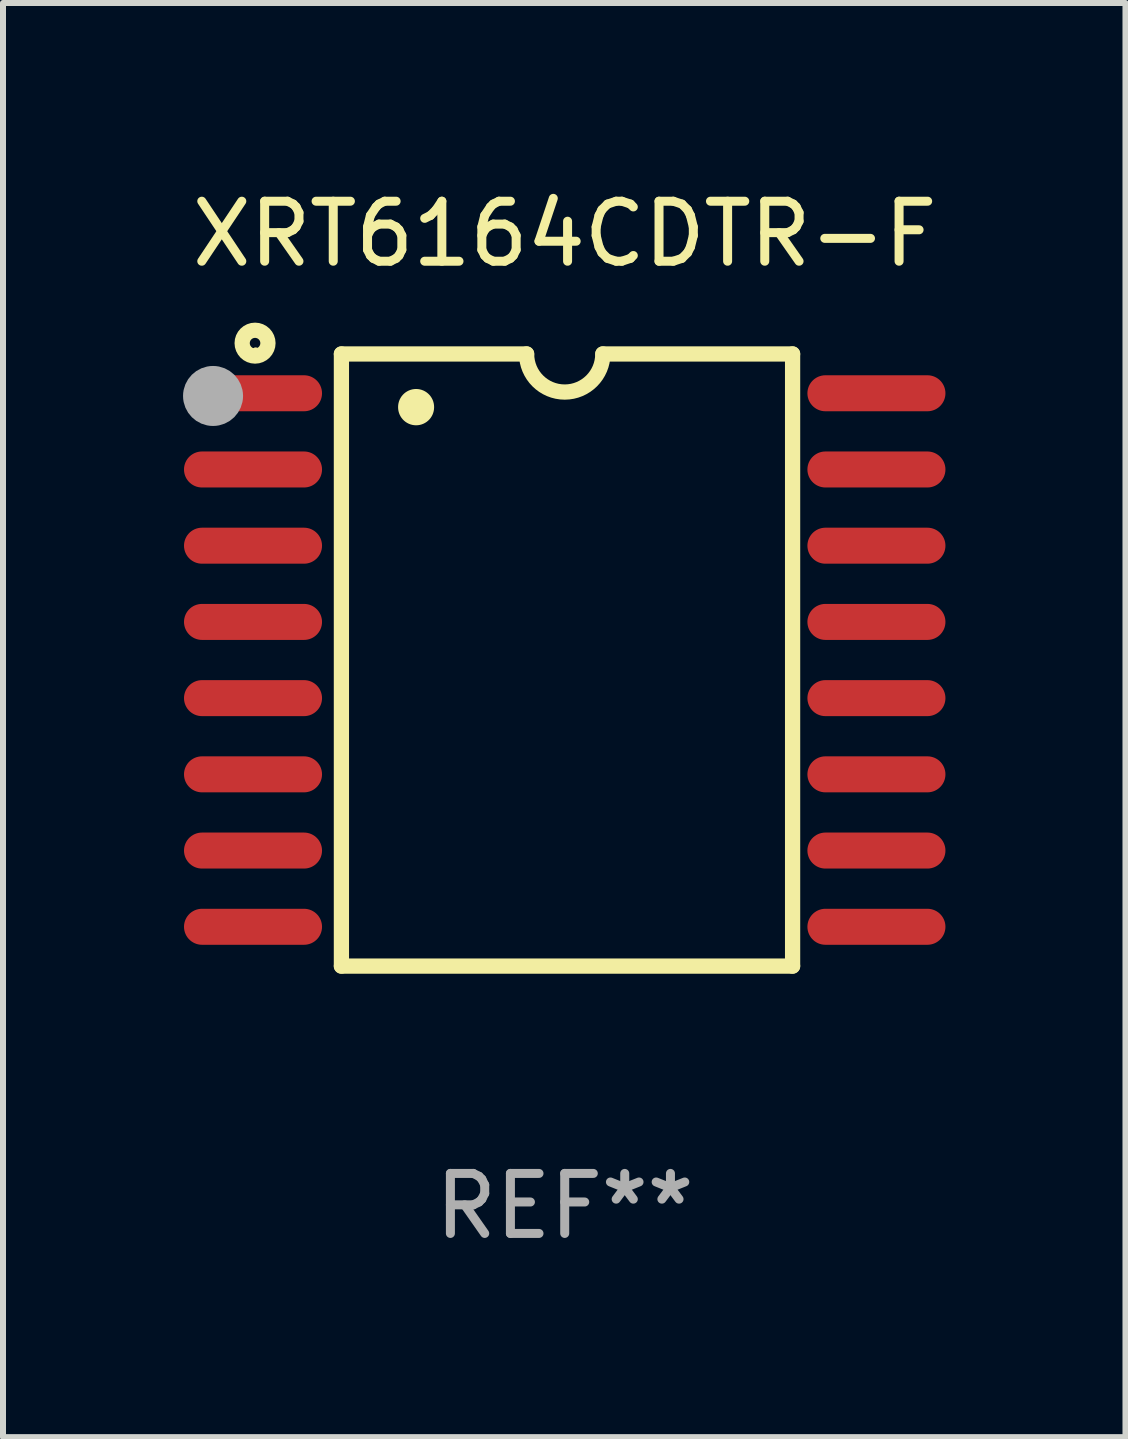
<source format=kicad_pcb>
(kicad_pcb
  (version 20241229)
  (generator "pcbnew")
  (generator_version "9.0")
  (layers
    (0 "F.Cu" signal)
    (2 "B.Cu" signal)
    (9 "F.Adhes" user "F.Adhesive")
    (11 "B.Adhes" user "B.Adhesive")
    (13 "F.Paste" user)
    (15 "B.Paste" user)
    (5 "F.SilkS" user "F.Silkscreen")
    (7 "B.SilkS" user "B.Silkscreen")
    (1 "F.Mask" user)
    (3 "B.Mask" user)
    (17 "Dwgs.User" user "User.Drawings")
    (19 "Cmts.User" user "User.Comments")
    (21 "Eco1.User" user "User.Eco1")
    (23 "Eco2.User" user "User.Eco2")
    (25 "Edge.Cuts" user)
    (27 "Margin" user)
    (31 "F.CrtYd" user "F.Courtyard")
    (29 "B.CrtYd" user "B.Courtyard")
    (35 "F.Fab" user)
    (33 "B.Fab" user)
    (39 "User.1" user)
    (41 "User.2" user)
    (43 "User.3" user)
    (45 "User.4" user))
  (footprint "XRT6164CDTR-F"
    (layer "F.Cu")
    (at 6.36 7.948)
    (property "Reference" "XRT6164CDTR-F" (at 0 -7.1 0) (layer "F.SilkS") (effects (font (size 1 1) (thickness 0.15))))
    (attr through_hole)
    (fp_line (start -3.721 -5.1) (end -3.721 5.1) (stroke (width 0.254) (type solid)) (layer "F.SilkS"))
    (fp_line (start -3.721 -5.1) (end -0.635 -5.1) (stroke (width 0.254) (type solid)) (layer "F.SilkS"))
    (fp_line (start -3.721 5.1) (end 3.797 5.1) (stroke (width 0.254) (type solid)) (layer "F.SilkS"))
    (fp_line (start 3.797 -5.1) (end 0.635 -5.1) (stroke (width 0.254) (type solid)) (layer "F.SilkS"))
    (fp_line (start 3.797 5.1) (end 3.797 -5.1) (stroke (width 0.254) (type solid)) (layer "F.SilkS"))
    (fp_arc (start -2.476556 -4.211328) (mid -2.476567 -4.213868) (end -2.476556 -4.216408) (stroke (width 0.6) (type solid)) (layer "F.SilkS"))
    (fp_arc (start 0.63495 -5.100076) (mid -0.000178 -4.465329) (end -0.635052 -5.10033) (stroke (width 0.254001) (type solid)) (layer "F.SilkS"))
    (fp_circle (center -5.16 -5.28) (end -4.945 -5.28) (stroke (width 0.254) (type solid)) (fill no) (layer "F.SilkS"))
    (fp_circle (center -5.15 -5.15) (end -5.12 -5.15) (stroke (width 0.06) (type solid)) (fill no) (layer "F.SilkS"))
    (fp_circle (center -5.86 -4.4) (end -5.61 -4.4) (stroke (width 0.5) (type solid)) (fill no) (layer "F.Fab"))
    (fp_text user "REF**" (at 0 9.1 0) (layer "F.Fab") (effects (font (size 1 1) (thickness 0.15))))
    (pad "1" smd oval (at -5.194 -4.445) (size 2.3 0.6) (layers "F.Cu" "F.Mask" "F.Paste"))
    (pad "2" smd oval (at -5.194 -3.175) (size 2.3 0.6) (layers "F.Cu" "F.Mask" "F.Paste"))
    (pad "3" smd oval (at -5.194 -1.905) (size 2.3 0.6) (layers "F.Cu" "F.Mask" "F.Paste"))
    (pad "4" smd oval (at -5.194 -0.635) (size 2.3 0.6) (layers "F.Cu" "F.Mask" "F.Paste"))
    (pad "5" smd oval (at -5.194 0.635) (size 2.3 0.6) (layers "F.Cu" "F.Mask" "F.Paste"))
    (pad "6" smd oval (at -5.194 1.905) (size 2.3 0.6) (layers "F.Cu" "F.Mask" "F.Paste"))
    (pad "7" smd oval (at -5.194 3.175) (size 2.3 0.6) (layers "F.Cu" "F.Mask" "F.Paste"))
    (pad "8" smd oval (at -5.194 4.445) (size 2.3 0.6) (layers "F.Cu" "F.Mask" "F.Paste"))
    (pad "9" smd oval (at 5.194 4.445) (size 2.3 0.6) (layers "F.Cu" "F.Mask" "F.Paste"))
    (pad "10" smd oval (at 5.194 3.175) (size 2.3 0.6) (layers "F.Cu" "F.Mask" "F.Paste"))
    (pad "11" smd oval (at 5.194 1.905) (size 2.3 0.6) (layers "F.Cu" "F.Mask" "F.Paste"))
    (pad "12" smd oval (at 5.194 0.635) (size 2.3 0.6) (layers "F.Cu" "F.Mask" "F.Paste"))
    (pad "13" smd oval (at 5.194 -0.635) (size 2.3 0.6) (layers "F.Cu" "F.Mask" "F.Paste"))
    (pad "14" smd oval (at 5.194 -1.905) (size 2.3 0.6) (layers "F.Cu" "F.Mask" "F.Paste"))
    (pad "15" smd oval (at 5.194 -3.175) (size 2.3 0.6) (layers "F.Cu" "F.Mask" "F.Paste"))
    (pad "16" smd oval (at 5.194 -4.445) (size 2.3 0.6) (layers "F.Cu" "F.Mask" "F.Paste")))
  (gr_rect
    (start -3 -3)
    (end 15.704 20.897)
    (stroke (width 0.1) (type default))
    (fill no)
    (layer "Edge.Cuts")))
</source>
